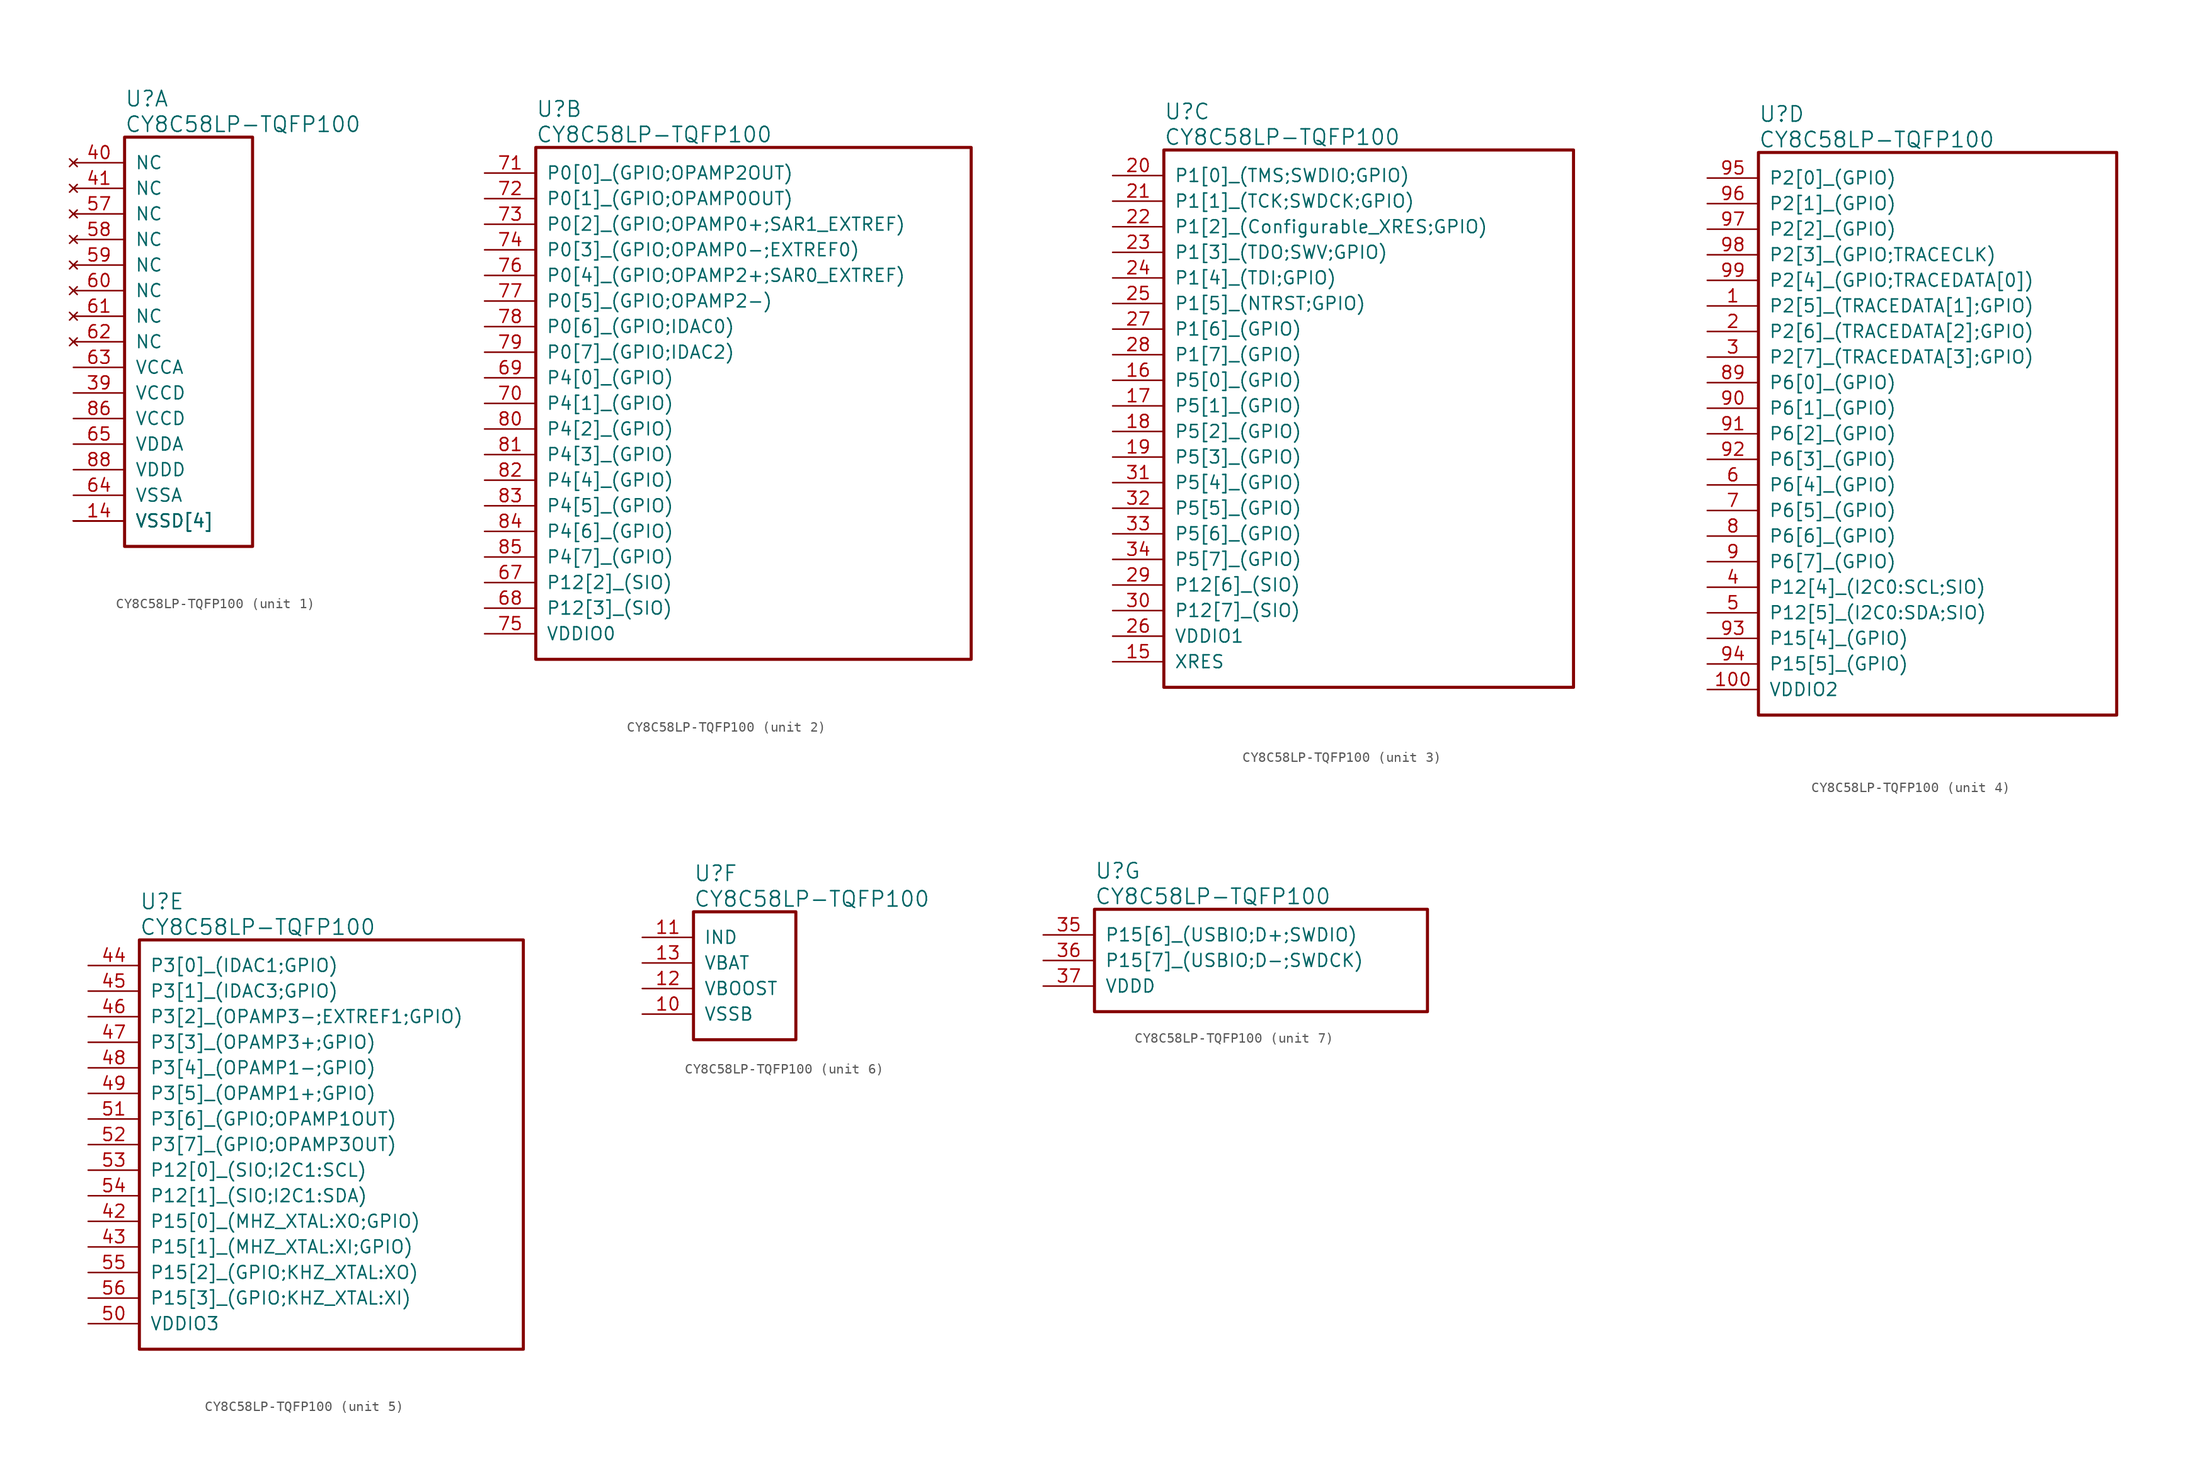
<source format=kicad_sym>
(kicad_symbol_lib
  (version 20241209)
  (generator "kicad_symbol_editor")
  (generator_version "9.0")
  (symbol "CY8C58LP-TQFP100"
    (pin_names
      (offset 1.016))
    (property "Reference" "U"
      (at 5.08 6.35 0)
      (effects (font (size 1.524 1.524)) (justify left)))
    (property "Value" "CY8C58LP-TQFP100"
      (at 5.08 3.81 0)
      (effects (font (size 1.524 1.524)) (justify left)))
    (property "ki_locked" ""
      (at 0 0 0)
      (effects (font (size 1.27 1.27))))
    (symbol "CY8C58LP-TQFP100_1_1"
      (rectangle (start 5.08 2.54) (end 17.78 -38.1) (stroke (width 0.305) (type solid)) (fill (type none)))
      (pin no_connect line (at 0 0 0) (length 5.08) (name "NC" (effects (font (size 1.27 1.27)))) (number "40" (effects (font (size 1.27 1.27)))))
      (pin no_connect line (at 0 -2.54 0) (length 5.08) (name "NC" (effects (font (size 1.27 1.27)))) (number "41" (effects (font (size 1.27 1.27)))))
      (pin no_connect line (at 0 -5.08 0) (length 5.08) (name "NC" (effects (font (size 1.27 1.27)))) (number "57" (effects (font (size 1.27 1.27)))))
      (pin no_connect line (at 0 -7.62 0) (length 5.08) (name "NC" (effects (font (size 1.27 1.27)))) (number "58" (effects (font (size 1.27 1.27)))))
      (pin no_connect line (at 0 -10.16 0) (length 5.08) (name "NC" (effects (font (size 1.27 1.27)))) (number "59" (effects (font (size 1.27 1.27)))))
      (pin no_connect line (at 0 -12.7 0) (length 5.08) (name "NC" (effects (font (size 1.27 1.27)))) (number "60" (effects (font (size 1.27 1.27)))))
      (pin no_connect line (at 0 -15.24 0) (length 5.08) (name "NC" (effects (font (size 1.27 1.27)))) (number "61" (effects (font (size 1.27 1.27)))))
      (pin no_connect line (at 0 -17.78 0) (length 5.08) (name "NC" (effects (font (size 1.27 1.27)))) (number "62" (effects (font (size 1.27 1.27)))))
      (pin power_out line (at 0 -20.32 0) (length 5.08) (name "VCCA" (effects (font (size 1.27 1.27)))) (number "63" (effects (font (size 1.27 1.27)))))
      (pin power_out line (at 0 -22.86 0) (length 5.08) (name "VCCD" (effects (font (size 1.27 1.27)))) (number "39" (effects (font (size 1.27 1.27)))))
      (pin power_out line (at 0 -25.4 0) (length 5.08) (name "VCCD" (effects (font (size 1.27 1.27)))) (number "86" (effects (font (size 1.27 1.27)))))
      (pin power_in line (at 0 -27.94 0) (length 5.08) (name "VDDA" (effects (font (size 1.27 1.27)))) (number "65" (effects (font (size 1.27 1.27)))))
      (pin power_in line (at 0 -30.48 0) (length 5.08) (name "VDDD" (effects (font (size 1.27 1.27)))) (number "88" (effects (font (size 1.27 1.27)))))
      (pin power_in line (at 0 -33.02 0) (length 5.08) (name "VSSA" (effects (font (size 1.27 1.27)))) (number "64" (effects (font (size 1.27 1.27)))))
      (pin power_in line (at 0 -35.56 0) (length 5.08) (name "VSSD[4]" (effects (font (size 1.27 1.27)))) (number "14" (effects (font (size 1.27 1.27)))))
      (pin power_in line (at 0 -35.56 0) (length 5.08) (name "VSSD[4]" (effects (font (size 1.27 1.27)))) (number "38" (effects (font (size 0 0)))))
      (pin power_in line (at 0 -35.56 0) (length 5.08) (name "VSSD[4]" (effects (font (size 1.27 1.27)))) (number "66" (effects (font (size 0 0)))))
      (pin power_in line (at 0 -35.56 0) (length 5.08) (name "VSSD[4]" (effects (font (size 1.27 1.27)))) (number "87" (effects (font (size 0 0))))))
    (symbol "CY8C58LP-TQFP100_2_1"
      (rectangle (start 5.08 2.54) (end 48.26 -48.26) (stroke (width 0.305) (type solid)) (fill (type none)))
      (pin bidirectional line (at 0 0 0) (length 5.08) (name "P0[0]_(GPIO;OPAMP2OUT)" (effects (font (size 1.27 1.27)))) (number "71" (effects (font (size 1.27 1.27)))))
      (pin bidirectional line (at 0 -2.54 0) (length 5.08) (name "P0[1]_(GPIO;OPAMP0OUT)" (effects (font (size 1.27 1.27)))) (number "72" (effects (font (size 1.27 1.27)))))
      (pin bidirectional line (at 0 -5.08 0) (length 5.08) (name "P0[2]_(GPIO;OPAMP0+;SAR1_EXTREF)" (effects (font (size 1.27 1.27)))) (number "73" (effects (font (size 1.27 1.27)))))
      (pin bidirectional line (at 0 -7.62 0) (length 5.08) (name "P0[3]_(GPIO;OPAMP0-;EXTREF0)" (effects (font (size 1.27 1.27)))) (number "74" (effects (font (size 1.27 1.27)))))
      (pin bidirectional line (at 0 -10.16 0) (length 5.08) (name "P0[4]_(GPIO;OPAMP2+;SAR0_EXTREF)" (effects (font (size 1.27 1.27)))) (number "76" (effects (font (size 1.27 1.27)))))
      (pin bidirectional line (at 0 -12.7 0) (length 5.08) (name "P0[5]_(GPIO;OPAMP2-)" (effects (font (size 1.27 1.27)))) (number "77" (effects (font (size 1.27 1.27)))))
      (pin bidirectional line (at 0 -15.24 0) (length 5.08) (name "P0[6]_(GPIO;IDAC0)" (effects (font (size 1.27 1.27)))) (number "78" (effects (font (size 1.27 1.27)))))
      (pin bidirectional line (at 0 -17.78 0) (length 5.08) (name "P0[7]_(GPIO;IDAC2)" (effects (font (size 1.27 1.27)))) (number "79" (effects (font (size 1.27 1.27)))))
      (pin bidirectional line (at 0 -20.32 0) (length 5.08) (name "P4[0]_(GPIO)" (effects (font (size 1.27 1.27)))) (number "69" (effects (font (size 1.27 1.27)))))
      (pin bidirectional line (at 0 -22.86 0) (length 5.08) (name "P4[1]_(GPIO)" (effects (font (size 1.27 1.27)))) (number "70" (effects (font (size 1.27 1.27)))))
      (pin bidirectional line (at 0 -25.4 0) (length 5.08) (name "P4[2]_(GPIO)" (effects (font (size 1.27 1.27)))) (number "80" (effects (font (size 1.27 1.27)))))
      (pin bidirectional line (at 0 -27.94 0) (length 5.08) (name "P4[3]_(GPIO)" (effects (font (size 1.27 1.27)))) (number "81" (effects (font (size 1.27 1.27)))))
      (pin bidirectional line (at 0 -30.48 0) (length 5.08) (name "P4[4]_(GPIO)" (effects (font (size 1.27 1.27)))) (number "82" (effects (font (size 1.27 1.27)))))
      (pin bidirectional line (at 0 -33.02 0) (length 5.08) (name "P4[5]_(GPIO)" (effects (font (size 1.27 1.27)))) (number "83" (effects (font (size 1.27 1.27)))))
      (pin bidirectional line (at 0 -35.56 0) (length 5.08) (name "P4[6]_(GPIO)" (effects (font (size 1.27 1.27)))) (number "84" (effects (font (size 1.27 1.27)))))
      (pin bidirectional line (at 0 -38.1 0) (length 5.08) (name "P4[7]_(GPIO)" (effects (font (size 1.27 1.27)))) (number "85" (effects (font (size 1.27 1.27)))))
      (pin bidirectional line (at 0 -40.64 0) (length 5.08) (name "P12[2]_(SIO)" (effects (font (size 1.27 1.27)))) (number "67" (effects (font (size 1.27 1.27)))))
      (pin bidirectional line (at 0 -43.18 0) (length 5.08) (name "P12[3]_(SIO)" (effects (font (size 1.27 1.27)))) (number "68" (effects (font (size 1.27 1.27)))))
      (pin power_in line (at 0 -45.72 0) (length 5.08) (name "VDDIO0" (effects (font (size 1.27 1.27)))) (number "75" (effects (font (size 1.27 1.27))))))
    (symbol "CY8C58LP-TQFP100_3_1"
      (rectangle (start 5.08 2.54) (end 45.72 -50.8) (stroke (width 0.305) (type solid)) (fill (type none)))
      (pin bidirectional line (at 0 0 0) (length 5.08) (name "P1[0]_(TMS;SWDIO;GPIO)" (effects (font (size 1.27 1.27)))) (number "20" (effects (font (size 1.27 1.27)))))
      (pin bidirectional line (at 0 -2.54 0) (length 5.08) (name "P1[1]_(TCK;SWDCK;GPIO)" (effects (font (size 1.27 1.27)))) (number "21" (effects (font (size 1.27 1.27)))))
      (pin bidirectional line (at 0 -5.08 0) (length 5.08) (name "P1[2]_(Configurable_XRES;GPIO)" (effects (font (size 1.27 1.27)))) (number "22" (effects (font (size 1.27 1.27)))))
      (pin bidirectional line (at 0 -7.62 0) (length 5.08) (name "P1[3]_(TDO;SWV;GPIO)" (effects (font (size 1.27 1.27)))) (number "23" (effects (font (size 1.27 1.27)))))
      (pin bidirectional line (at 0 -10.16 0) (length 5.08) (name "P1[4]_(TDI;GPIO)" (effects (font (size 1.27 1.27)))) (number "24" (effects (font (size 1.27 1.27)))))
      (pin bidirectional line (at 0 -12.7 0) (length 5.08) (name "P1[5]_(NTRST;GPIO)" (effects (font (size 1.27 1.27)))) (number "25" (effects (font (size 1.27 1.27)))))
      (pin bidirectional line (at 0 -15.24 0) (length 5.08) (name "P1[6]_(GPIO)" (effects (font (size 1.27 1.27)))) (number "27" (effects (font (size 1.27 1.27)))))
      (pin bidirectional line (at 0 -17.78 0) (length 5.08) (name "P1[7]_(GPIO)" (effects (font (size 1.27 1.27)))) (number "28" (effects (font (size 1.27 1.27)))))
      (pin bidirectional line (at 0 -20.32 0) (length 5.08) (name "P5[0]_(GPIO)" (effects (font (size 1.27 1.27)))) (number "16" (effects (font (size 1.27 1.27)))))
      (pin bidirectional line (at 0 -22.86 0) (length 5.08) (name "P5[1]_(GPIO)" (effects (font (size 1.27 1.27)))) (number "17" (effects (font (size 1.27 1.27)))))
      (pin bidirectional line (at 0 -25.4 0) (length 5.08) (name "P5[2]_(GPIO)" (effects (font (size 1.27 1.27)))) (number "18" (effects (font (size 1.27 1.27)))))
      (pin bidirectional line (at 0 -27.94 0) (length 5.08) (name "P5[3]_(GPIO)" (effects (font (size 1.27 1.27)))) (number "19" (effects (font (size 1.27 1.27)))))
      (pin bidirectional line (at 0 -30.48 0) (length 5.08) (name "P5[4]_(GPIO)" (effects (font (size 1.27 1.27)))) (number "31" (effects (font (size 1.27 1.27)))))
      (pin bidirectional line (at 0 -33.02 0) (length 5.08) (name "P5[5]_(GPIO)" (effects (font (size 1.27 1.27)))) (number "32" (effects (font (size 1.27 1.27)))))
      (pin bidirectional line (at 0 -35.56 0) (length 5.08) (name "P5[6]_(GPIO)" (effects (font (size 1.27 1.27)))) (number "33" (effects (font (size 1.27 1.27)))))
      (pin bidirectional line (at 0 -38.1 0) (length 5.08) (name "P5[7]_(GPIO)" (effects (font (size 1.27 1.27)))) (number "34" (effects (font (size 1.27 1.27)))))
      (pin bidirectional line (at 0 -40.64 0) (length 5.08) (name "P12[6]_(SIO)" (effects (font (size 1.27 1.27)))) (number "29" (effects (font (size 1.27 1.27)))))
      (pin bidirectional line (at 0 -43.18 0) (length 5.08) (name "P12[7]_(SIO)" (effects (font (size 1.27 1.27)))) (number "30" (effects (font (size 1.27 1.27)))))
      (pin power_in line (at 0 -45.72 0) (length 5.08) (name "VDDIO1" (effects (font (size 1.27 1.27)))) (number "26" (effects (font (size 1.27 1.27)))))
      (pin input line (at 0 -48.26 0) (length 5.08) (name "XRES" (effects (font (size 1.27 1.27)))) (number "15" (effects (font (size 1.27 1.27))))))
    (symbol "CY8C58LP-TQFP100_4_1"
      (rectangle (start 5.08 2.54) (end 40.64 -53.34) (stroke (width 0.305) (type solid)) (fill (type none)))
      (pin bidirectional line (at 0 0 0) (length 5.08) (name "P2[0]_(GPIO)" (effects (font (size 1.27 1.27)))) (number "95" (effects (font (size 1.27 1.27)))))
      (pin bidirectional line (at 0 -2.54 0) (length 5.08) (name "P2[1]_(GPIO)" (effects (font (size 1.27 1.27)))) (number "96" (effects (font (size 1.27 1.27)))))
      (pin bidirectional line (at 0 -5.08 0) (length 5.08) (name "P2[2]_(GPIO)" (effects (font (size 1.27 1.27)))) (number "97" (effects (font (size 1.27 1.27)))))
      (pin bidirectional line (at 0 -7.62 0) (length 5.08) (name "P2[3]_(GPIO;TRACECLK)" (effects (font (size 1.27 1.27)))) (number "98" (effects (font (size 1.27 1.27)))))
      (pin bidirectional line (at 0 -10.16 0) (length 5.08) (name "P2[4]_(GPIO;TRACEDATA[0])" (effects (font (size 1.27 1.27)))) (number "99" (effects (font (size 1.27 1.27)))))
      (pin bidirectional line (at 0 -12.7 0) (length 5.08) (name "P2[5]_(TRACEDATA[1];GPIO)" (effects (font (size 1.27 1.27)))) (number "1" (effects (font (size 1.27 1.27)))))
      (pin bidirectional line (at 0 -15.24 0) (length 5.08) (name "P2[6]_(TRACEDATA[2];GPIO)" (effects (font (size 1.27 1.27)))) (number "2" (effects (font (size 1.27 1.27)))))
      (pin bidirectional line (at 0 -17.78 0) (length 5.08) (name "P2[7]_(TRACEDATA[3];GPIO)" (effects (font (size 1.27 1.27)))) (number "3" (effects (font (size 1.27 1.27)))))
      (pin bidirectional line (at 0 -20.32 0) (length 5.08) (name "P6[0]_(GPIO)" (effects (font (size 1.27 1.27)))) (number "89" (effects (font (size 1.27 1.27)))))
      (pin bidirectional line (at 0 -22.86 0) (length 5.08) (name "P6[1]_(GPIO)" (effects (font (size 1.27 1.27)))) (number "90" (effects (font (size 1.27 1.27)))))
      (pin bidirectional line (at 0 -25.4 0) (length 5.08) (name "P6[2]_(GPIO)" (effects (font (size 1.27 1.27)))) (number "91" (effects (font (size 1.27 1.27)))))
      (pin bidirectional line (at 0 -27.94 0) (length 5.08) (name "P6[3]_(GPIO)" (effects (font (size 1.27 1.27)))) (number "92" (effects (font (size 1.27 1.27)))))
      (pin bidirectional line (at 0 -30.48 0) (length 5.08) (name "P6[4]_(GPIO)" (effects (font (size 1.27 1.27)))) (number "6" (effects (font (size 1.27 1.27)))))
      (pin bidirectional line (at 0 -33.02 0) (length 5.08) (name "P6[5]_(GPIO)" (effects (font (size 1.27 1.27)))) (number "7" (effects (font (size 1.27 1.27)))))
      (pin bidirectional line (at 0 -35.56 0) (length 5.08) (name "P6[6]_(GPIO)" (effects (font (size 1.27 1.27)))) (number "8" (effects (font (size 1.27 1.27)))))
      (pin bidirectional line (at 0 -38.1 0) (length 5.08) (name "P6[7]_(GPIO)" (effects (font (size 1.27 1.27)))) (number "9" (effects (font (size 1.27 1.27)))))
      (pin bidirectional line (at 0 -40.64 0) (length 5.08) (name "P12[4]_(I2C0:SCL;SIO)" (effects (font (size 1.27 1.27)))) (number "4" (effects (font (size 1.27 1.27)))))
      (pin bidirectional line (at 0 -43.18 0) (length 5.08) (name "P12[5]_(I2C0:SDA;SIO)" (effects (font (size 1.27 1.27)))) (number "5" (effects (font (size 1.27 1.27)))))
      (pin bidirectional line (at 0 -45.72 0) (length 5.08) (name "P15[4]_(GPIO)" (effects (font (size 1.27 1.27)))) (number "93" (effects (font (size 1.27 1.27)))))
      (pin bidirectional line (at 0 -48.26 0) (length 5.08) (name "P15[5]_(GPIO)" (effects (font (size 1.27 1.27)))) (number "94" (effects (font (size 1.27 1.27)))))
      (pin power_in line (at 0 -50.8 0) (length 5.08) (name "VDDIO2" (effects (font (size 1.27 1.27)))) (number "100" (effects (font (size 1.27 1.27))))))
    (symbol "CY8C58LP-TQFP100_5_1"
      (rectangle (start 5.08 2.54) (end 43.18 -38.1) (stroke (width 0.305) (type solid)) (fill (type none)))
      (pin bidirectional line (at 0 0 0) (length 5.08) (name "P3[0]_(IDAC1;GPIO)" (effects (font (size 1.27 1.27)))) (number "44" (effects (font (size 1.27 1.27)))))
      (pin bidirectional line (at 0 -2.54 0) (length 5.08) (name "P3[1]_(IDAC3;GPIO)" (effects (font (size 1.27 1.27)))) (number "45" (effects (font (size 1.27 1.27)))))
      (pin bidirectional line (at 0 -5.08 0) (length 5.08) (name "P3[2]_(OPAMP3-;EXTREF1;GPIO)" (effects (font (size 1.27 1.27)))) (number "46" (effects (font (size 1.27 1.27)))))
      (pin bidirectional line (at 0 -7.62 0) (length 5.08) (name "P3[3]_(OPAMP3+;GPIO)" (effects (font (size 1.27 1.27)))) (number "47" (effects (font (size 1.27 1.27)))))
      (pin bidirectional line (at 0 -10.16 0) (length 5.08) (name "P3[4]_(OPAMP1-;GPIO)" (effects (font (size 1.27 1.27)))) (number "48" (effects (font (size 1.27 1.27)))))
      (pin bidirectional line (at 0 -12.7 0) (length 5.08) (name "P3[5]_(OPAMP1+;GPIO)" (effects (font (size 1.27 1.27)))) (number "49" (effects (font (size 1.27 1.27)))))
      (pin bidirectional line (at 0 -15.24 0) (length 5.08) (name "P3[6]_(GPIO;OPAMP1OUT)" (effects (font (size 1.27 1.27)))) (number "51" (effects (font (size 1.27 1.27)))))
      (pin bidirectional line (at 0 -17.78 0) (length 5.08) (name "P3[7]_(GPIO;OPAMP3OUT)" (effects (font (size 1.27 1.27)))) (number "52" (effects (font (size 1.27 1.27)))))
      (pin bidirectional line (at 0 -20.32 0) (length 5.08) (name "P12[0]_(SIO;I2C1:SCL)" (effects (font (size 1.27 1.27)))) (number "53" (effects (font (size 1.27 1.27)))))
      (pin bidirectional line (at 0 -22.86 0) (length 5.08) (name "P12[1]_(SIO;I2C1:SDA)" (effects (font (size 1.27 1.27)))) (number "54" (effects (font (size 1.27 1.27)))))
      (pin bidirectional line (at 0 -25.4 0) (length 5.08) (name "P15[0]_(MHZ_XTAL:XO;GPIO)" (effects (font (size 1.27 1.27)))) (number "42" (effects (font (size 1.27 1.27)))))
      (pin bidirectional line (at 0 -27.94 0) (length 5.08) (name "P15[1]_(MHZ_XTAL:XI;GPIO)" (effects (font (size 1.27 1.27)))) (number "43" (effects (font (size 1.27 1.27)))))
      (pin bidirectional line (at 0 -30.48 0) (length 5.08) (name "P15[2]_(GPIO;KHZ_XTAL:XO)" (effects (font (size 1.27 1.27)))) (number "55" (effects (font (size 1.27 1.27)))))
      (pin bidirectional line (at 0 -33.02 0) (length 5.08) (name "P15[3]_(GPIO;KHZ_XTAL:XI)" (effects (font (size 1.27 1.27)))) (number "56" (effects (font (size 1.27 1.27)))))
      (pin power_in line (at 0 -35.56 0) (length 5.08) (name "VDDIO3" (effects (font (size 1.27 1.27)))) (number "50" (effects (font (size 1.27 1.27))))))
    (symbol "CY8C58LP-TQFP100_6_1"
      (rectangle (start 5.08 2.54) (end 15.24 -10.16) (stroke (width 0.305) (type solid)) (fill (type none)))
      (pin passive line (at 0 0 0) (length 5.08) (name "IND" (effects (font (size 1.27 1.27)))) (number "11" (effects (font (size 1.27 1.27)))))
      (pin power_in line (at 0 -2.54 0) (length 5.08) (name "VBAT" (effects (font (size 1.27 1.27)))) (number "13" (effects (font (size 1.27 1.27)))))
      (pin input line (at 0 -5.08 0) (length 5.08) (name "VBOOST" (effects (font (size 1.27 1.27)))) (number "12" (effects (font (size 1.27 1.27)))))
      (pin power_in line (at 0 -7.62 0) (length 5.08) (name "VSSB" (effects (font (size 1.27 1.27)))) (number "10" (effects (font (size 1.27 1.27))))))
    (symbol "CY8C58LP-TQFP100_7_1"
      (rectangle (start 5.08 2.54) (end 38.1 -7.62) (stroke (width 0.305) (type solid)) (fill (type none)))
      (pin bidirectional line (at 0 0 0) (length 5.08) (name "P15[6]_(USBIO;D+;SWDIO)" (effects (font (size 1.27 1.27)))) (number "35" (effects (font (size 1.27 1.27)))))
      (pin bidirectional line (at 0 -2.54 0) (length 5.08) (name "P15[7]_(USBIO;D-;SWDCK)" (effects (font (size 1.27 1.27)))) (number "36" (effects (font (size 1.27 1.27)))))
      (pin power_in line (at 0 -5.08 0) (length 5.08) (name "VDDD" (effects (font (size 1.27 1.27)))) (number "37" (effects (font (size 1.27 1.27))))))))
</source>
